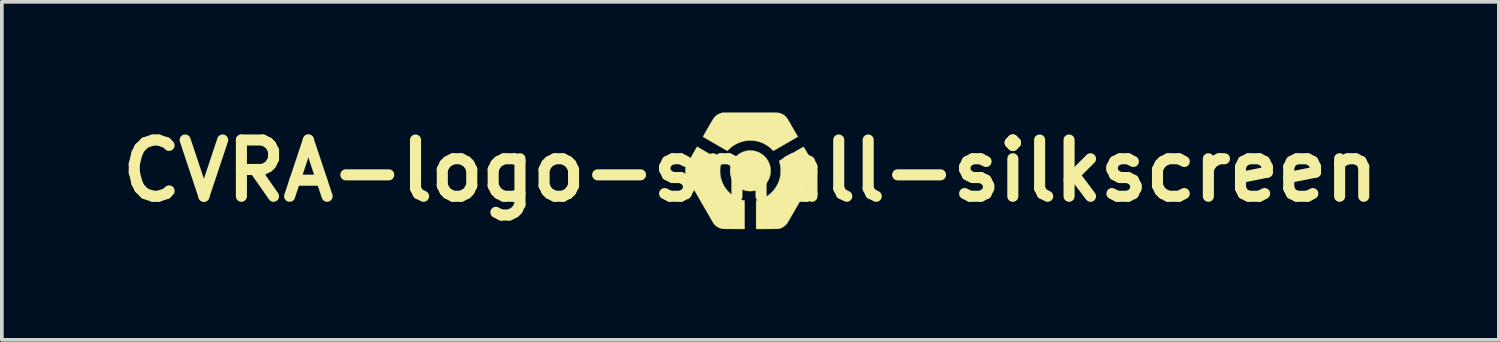
<source format=kicad_pcb>
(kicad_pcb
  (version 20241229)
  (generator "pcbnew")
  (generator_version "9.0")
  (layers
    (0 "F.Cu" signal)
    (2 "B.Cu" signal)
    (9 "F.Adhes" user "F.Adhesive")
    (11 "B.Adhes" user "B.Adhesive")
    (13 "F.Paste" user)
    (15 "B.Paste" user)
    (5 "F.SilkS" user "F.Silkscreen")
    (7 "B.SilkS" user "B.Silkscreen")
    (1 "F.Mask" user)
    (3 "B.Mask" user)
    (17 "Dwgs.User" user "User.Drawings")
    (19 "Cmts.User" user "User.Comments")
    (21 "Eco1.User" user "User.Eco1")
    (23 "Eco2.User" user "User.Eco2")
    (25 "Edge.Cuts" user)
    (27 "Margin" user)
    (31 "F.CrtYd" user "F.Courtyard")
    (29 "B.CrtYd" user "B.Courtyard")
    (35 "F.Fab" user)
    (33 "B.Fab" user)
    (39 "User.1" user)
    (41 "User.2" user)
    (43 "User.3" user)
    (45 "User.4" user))
  (footprint "CVRA-logo-small-silkscreen"
    (layer "F.Cu")
    (at 17.279 1.578)
    (property "Reference" "CVRA-logo-small-silkscreen" (at 0 0 0) (layer "F.SilkS") (effects (font (size 1.524 1.524) (thickness 0.3))))
    (attr through_hole)
    (fp_poly (pts (xy 0.065 -0.545) (xy 0.105 -0.539) (xy 0.109 -0.538) (xy 0.175 -0.52) (xy 0.238 -0.495) (xy 0.296 -0.462) (xy 0.349 -0.423) (xy 0.398 -0.379) (xy 0.44 -0.329) (xy 0.477 -0.273) (xy 0.506 -0.213) (xy 0.524 -0.165) (xy 0.534 -0.132) (xy 0.54 -0.102) (xy 0.545 -0.072) (xy 0.547 -0.04) (xy 0.548 -0.002) (xy 0.548 0.004) (xy 0.547 0.044) (xy 0.544 0.078) (xy 0.539 0.11) (xy 0.531 0.142) (xy 0.521 0.175) (xy 0.495 0.238) (xy 0.463 0.296) (xy 0.424 0.349) (xy 0.379 0.397) (xy 0.329 0.439) (xy 0.274 0.476) (xy 0.214 0.505) (xy 0.151 0.527) (xy 0.109 0.538) (xy 0.075 0.543) (xy 0.036 0.547) (xy -0.003 0.549) (xy -0.04 0.548) (xy -0.064 0.546) (xy -0.13 0.533) (xy -0.194 0.514) (xy -0.254 0.486) (xy -0.31 0.452) (xy -0.361 0.412) (xy -0.408 0.366) (xy -0.449 0.315) (xy -0.483 0.259) (xy -0.511 0.199) (xy -0.518 0.18) (xy -0.532 0.13) (xy -0.542 0.082) (xy -0.546 0.032) (xy -0.547 0) (xy -0.543 -0.065) (xy -0.533 -0.128) (xy -0.515 -0.189) (xy -0.491 -0.246) (xy -0.491 -0.246) (xy -0.471 -0.281) (xy -0.446 -0.318) (xy -0.418 -0.354) (xy -0.389 -0.386) (xy -0.387 -0.387) (xy -0.336 -0.433) (xy -0.28 -0.472) (xy -0.22 -0.503) (xy -0.156 -0.526) (xy -0.11 -0.538) (xy -0.07 -0.544) (xy -0.025 -0.547) (xy 0.021 -0.548) (xy 0.065 -0.545)) (stroke (width 0.01) (type solid)) (fill yes) (layer "F.Mask"))
    (fp_poly (pts (xy 0.096 -1.573) (xy 0.182 -1.573) (xy 0.26 -1.573) (xy 0.331 -1.573) (xy 0.394 -1.573) (xy 0.452 -1.572) (xy 0.503 -1.572) (xy 0.548 -1.572) (xy 0.588 -1.572) (xy 0.622 -1.572) (xy 0.653 -1.572) (xy 0.678 -1.571) (xy 0.7 -1.571) (xy 0.718 -1.571) (xy 0.734 -1.57) (xy 0.746 -1.57) (xy 0.756 -1.569) (xy 0.764 -1.568) (xy 0.77 -1.568) (xy 0.775 -1.567) (xy 0.78 -1.566) (xy 0.783 -1.565) (xy 0.83 -1.55) (xy 0.871 -1.531) (xy 0.907 -1.509) (xy 0.941 -1.482) (xy 0.947 -1.476) (xy 0.959 -1.465) (xy 0.969 -1.454) (xy 0.978 -1.443) (xy 0.988 -1.431) (xy 0.999 -1.417) (xy 1.01 -1.399) (xy 1.023 -1.378) (xy 1.038 -1.353) (xy 1.057 -1.322) (xy 1.078 -1.285) (xy 1.09 -1.264) (xy 1.111 -1.227) (xy 1.134 -1.187) (xy 1.158 -1.147) (xy 1.181 -1.106) (xy 1.202 -1.069) (xy 1.221 -1.037) (xy 1.226 -1.028) (xy 1.286 -0.924) (xy 0.957 -0.734) (xy 0.909 -0.706) (xy 0.862 -0.68) (xy 0.819 -0.654) (xy 0.778 -0.631) (xy 0.741 -0.61) (xy 0.708 -0.591) (xy 0.68 -0.575) (xy 0.657 -0.561) (xy 0.64 -0.552) (xy 0.629 -0.545) (xy 0.626 -0.543) (xy 0.621 -0.545) (xy 0.613 -0.552) (xy 0.602 -0.563) (xy 0.596 -0.569) (xy 0.547 -0.617) (xy 0.49 -0.662) (xy 0.429 -0.703) (xy 0.364 -0.739) (xy 0.297 -0.768) (xy 0.287 -0.772) (xy 0.209 -0.797) (xy 0.13 -0.813) (xy 0.049 -0.822) (xy -0.032 -0.822) (xy -0.113 -0.815) (xy -0.193 -0.8) (xy -0.271 -0.777) (xy -0.347 -0.746) (xy -0.358 -0.741) (xy -0.424 -0.705) (xy -0.485 -0.665) (xy -0.542 -0.619) (xy -0.584 -0.578) (xy -0.598 -0.564) (xy -0.61 -0.553) (xy -0.619 -0.545) (xy -0.622 -0.542) (xy -0.622 -0.542) (xy -0.626 -0.544) (xy -0.637 -0.55) (xy -0.654 -0.56) (xy -0.677 -0.573) (xy -0.705 -0.589) (xy -0.737 -0.608) (xy -0.774 -0.629) (xy -0.815 -0.652) (xy -0.858 -0.677) (xy -0.904 -0.704) (xy -0.95 -0.731) (xy -0.999 -0.759) (xy -1.045 -0.785) (xy -1.088 -0.811) (xy -1.129 -0.834) (xy -1.166 -0.855) (xy -1.198 -0.874) (xy -1.226 -0.891) (xy -1.249 -0.904) (xy -1.266 -0.914) (xy -1.276 -0.92) (xy -1.28 -0.922) (xy -1.278 -0.927) (xy -1.273 -0.938) (xy -1.264 -0.954) (xy -1.252 -0.976) (xy -1.238 -1.002) (xy -1.221 -1.032) (xy -1.202 -1.065) (xy -1.182 -1.1) (xy -1.161 -1.137) (xy -1.139 -1.175) (xy -1.118 -1.212) (xy -1.096 -1.249) (xy -1.075 -1.285) (xy -1.055 -1.319) (xy -1.036 -1.35) (xy -1.02 -1.378) (xy -1.005 -1.402) (xy -0.993 -1.42) (xy -0.985 -1.434) (xy -0.981 -1.439) (xy -0.944 -1.478) (xy -0.902 -1.511) (xy -0.856 -1.538) (xy -0.806 -1.558) (xy -0.787 -1.563) (xy -0.751 -1.573) (xy 0.002 -1.573) (xy 0.096 -1.573)) (stroke (width 0.01) (type solid)) (fill yes) (layer "F.Mask"))
    (fp_poly (pts (xy 1.445 -0.644) (xy 1.451 -0.634) (xy 1.461 -0.618) (xy 1.474 -0.596) (xy 1.49 -0.571) (xy 1.507 -0.541) (xy 1.526 -0.508) (xy 1.546 -0.473) (xy 1.567 -0.437) (xy 1.589 -0.4) (xy 1.61 -0.362) (xy 1.631 -0.325) (xy 1.652 -0.29) (xy 1.671 -0.256) (xy 1.688 -0.225) (xy 1.703 -0.198) (xy 1.716 -0.175) (xy 1.726 -0.157) (xy 1.732 -0.144) (xy 1.734 -0.14) (xy 1.75 -0.093) (xy 1.759 -0.042) (xy 1.761 0.01) (xy 1.756 0.062) (xy 1.745 0.112) (xy 1.734 0.14) (xy 1.73 0.147) (xy 1.723 0.161) (xy 1.712 0.181) (xy 1.697 0.207) (xy 1.679 0.239) (xy 1.659 0.275) (xy 1.635 0.316) (xy 1.609 0.362) (xy 1.582 0.41) (xy 1.552 0.462) (xy 1.521 0.516) (xy 1.489 0.572) (xy 1.455 0.631) (xy 1.421 0.69) (xy 1.387 0.75) (xy 1.352 0.81) (xy 1.318 0.87) (xy 1.283 0.929) (xy 1.25 0.987) (xy 1.217 1.044) (xy 1.186 1.098) (xy 1.156 1.15) (xy 1.128 1.198) (xy 1.101 1.243) (xy 1.077 1.285) (xy 1.056 1.321) (xy 1.037 1.353) (xy 1.022 1.379) (xy 1.01 1.399) (xy 1.001 1.413) (xy 0.997 1.42) (xy 0.971 1.452) (xy 0.939 1.483) (xy 0.903 1.511) (xy 0.867 1.533) (xy 0.838 1.547) (xy 0.826 1.552) (xy 0.816 1.556) (xy 0.807 1.559) (xy 0.797 1.562) (xy 0.788 1.565) (xy 0.776 1.567) (xy 0.763 1.569) (xy 0.748 1.57) (xy 0.729 1.571) (xy 0.706 1.572) (xy 0.679 1.572) (xy 0.647 1.573) (xy 0.608 1.573) (xy 0.563 1.573) (xy 0.511 1.574) (xy 0.46 1.574) (xy 0.157 1.575) (xy 0.157 0.81) (xy 0.201 0.799) (xy 0.28 0.775) (xy 0.355 0.743) (xy 0.427 0.705) (xy 0.494 0.659) (xy 0.556 0.608) (xy 0.613 0.55) (xy 0.664 0.487) (xy 0.709 0.419) (xy 0.748 0.347) (xy 0.772 0.29) (xy 0.792 0.231) (xy 0.807 0.173) (xy 0.816 0.114) (xy 0.822 0.051) (xy 0.823 0) (xy 0.822 -0.042) (xy 0.821 -0.079) (xy 0.817 -0.112) (xy 0.812 -0.144) (xy 0.805 -0.179) (xy 0.796 -0.215) (xy 0.791 -0.234) (xy 0.787 -0.25) (xy 0.784 -0.261) (xy 0.783 -0.266) (xy 0.787 -0.27) (xy 0.795 -0.277) (xy 0.805 -0.283) (xy 0.817 -0.29) (xy 0.835 -0.3) (xy 0.855 -0.311) (xy 0.876 -0.324) (xy 0.881 -0.326) (xy 0.903 -0.339) (xy 0.932 -0.356) (xy 0.965 -0.375) (xy 1.003 -0.397) (xy 1.043 -0.42) (xy 1.085 -0.444) (xy 1.127 -0.469) (xy 1.17 -0.493) (xy 1.211 -0.517) (xy 1.25 -0.54) (xy 1.286 -0.56) (xy 1.318 -0.578) (xy 1.344 -0.594) (xy 1.364 -0.605) (xy 1.366 -0.606) (xy 1.388 -0.619) (xy 1.408 -0.63) (xy 1.425 -0.639) (xy 1.436 -0.645) (xy 1.442 -0.648) (xy 1.442 -0.648) (xy 1.445 -0.644)) (stroke (width 0.01) (type solid)) (fill yes) (layer "F.Mask"))
    (fp_poly (pts (xy -1.438 -0.649) (xy -1.428 -0.643) (xy -1.412 -0.634) (xy -1.39 -0.621) (xy -1.364 -0.606) (xy -1.334 -0.589) (xy -1.301 -0.57) (xy -1.265 -0.549) (xy -1.253 -0.542) (xy -1.21 -0.517) (xy -1.164 -0.491) (xy -1.116 -0.463) (xy -1.069 -0.436) (xy -1.023 -0.41) (xy -0.98 -0.385) (xy -0.943 -0.363) (xy -0.923 -0.352) (xy -0.891 -0.334) (xy -0.862 -0.317) (xy -0.836 -0.302) (xy -0.814 -0.289) (xy -0.797 -0.279) (xy -0.785 -0.272) (xy -0.78 -0.269) (xy -0.78 -0.269) (xy -0.78 -0.265) (xy -0.783 -0.254) (xy -0.787 -0.239) (xy -0.791 -0.224) (xy -0.801 -0.189) (xy -0.808 -0.156) (xy -0.813 -0.123) (xy -0.817 -0.087) (xy -0.819 -0.047) (xy -0.82 -0.023) (xy -0.82 0.037) (xy -0.817 0.091) (xy -0.81 0.142) (xy -0.8 0.193) (xy -0.785 0.247) (xy -0.783 0.252) (xy -0.754 0.328) (xy -0.719 0.4) (xy -0.676 0.468) (xy -0.627 0.531) (xy -0.573 0.59) (xy -0.513 0.643) (xy -0.448 0.69) (xy -0.38 0.731) (xy -0.307 0.764) (xy -0.232 0.791) (xy -0.187 0.802) (xy -0.157 0.809) (xy -0.157 1.575) (xy -0.448 1.574) (xy -0.508 1.574) (xy -0.559 1.574) (xy -0.604 1.574) (xy -0.642 1.574) (xy -0.674 1.573) (xy -0.7 1.573) (xy -0.721 1.572) (xy -0.738 1.571) (xy -0.75 1.57) (xy -0.76 1.569) (xy -0.766 1.568) (xy -0.822 1.552) (xy -0.873 1.529) (xy -0.919 1.5) (xy -0.96 1.463) (xy -0.995 1.421) (xy -1 1.413) (xy -1.005 1.406) (xy -1.013 1.392) (xy -1.025 1.371) (xy -1.041 1.345) (xy -1.06 1.313) (xy -1.081 1.276) (xy -1.105 1.235) (xy -1.131 1.189) (xy -1.159 1.141) (xy -1.189 1.089) (xy -1.221 1.035) (xy -1.253 0.979) (xy -1.287 0.921) (xy -1.321 0.862) (xy -1.355 0.802) (xy -1.389 0.742) (xy -1.424 0.683) (xy -1.457 0.624) (xy -1.49 0.567) (xy -1.522 0.511) (xy -1.553 0.457) (xy -1.582 0.407) (xy -1.609 0.359) (xy -1.635 0.315) (xy -1.657 0.275) (xy -1.677 0.24) (xy -1.694 0.21) (xy -1.708 0.185) (xy -1.719 0.167) (xy -1.725 0.155) (xy -1.727 0.15) (xy -1.741 0.119) (xy -1.75 0.09) (xy -1.755 0.06) (xy -1.758 0.027) (xy -1.759 -0.004) (xy -1.758 -0.03) (xy -1.757 -0.049) (xy -1.755 -0.066) (xy -1.752 -0.081) (xy -1.747 -0.098) (xy -1.747 -0.099) (xy -1.74 -0.119) (xy -1.732 -0.14) (xy -1.724 -0.158) (xy -1.723 -0.162) (xy -1.719 -0.168) (xy -1.712 -0.181) (xy -1.702 -0.199) (xy -1.688 -0.222) (xy -1.673 -0.25) (xy -1.655 -0.28) (xy -1.636 -0.314) (xy -1.616 -0.349) (xy -1.595 -0.385) (xy -1.574 -0.422) (xy -1.553 -0.459) (xy -1.533 -0.494) (xy -1.513 -0.528) (xy -1.495 -0.559) (xy -1.479 -0.587) (xy -1.466 -0.61) (xy -1.455 -0.629) (xy -1.447 -0.643) (xy -1.443 -0.65) (xy -1.442 -0.65) (xy -1.438 -0.649)) (stroke (width 0.01) (type solid)) (fill yes) (layer "F.Mask"))
    (fp_poly (pts (xy 0.065 -0.545) (xy 0.105 -0.539) (xy 0.109 -0.538) (xy 0.175 -0.52) (xy 0.238 -0.495) (xy 0.296 -0.462) (xy 0.349 -0.423) (xy 0.398 -0.379) (xy 0.44 -0.329) (xy 0.477 -0.273) (xy 0.506 -0.213) (xy 0.524 -0.165) (xy 0.534 -0.132) (xy 0.54 -0.102) (xy 0.545 -0.072) (xy 0.547 -0.04) (xy 0.548 -0.002) (xy 0.548 0.004) (xy 0.547 0.044) (xy 0.544 0.078) (xy 0.539 0.11) (xy 0.531 0.142) (xy 0.521 0.175) (xy 0.495 0.238) (xy 0.463 0.296) (xy 0.424 0.349) (xy 0.379 0.397) (xy 0.329 0.439) (xy 0.274 0.476) (xy 0.214 0.505) (xy 0.151 0.527) (xy 0.109 0.538) (xy 0.075 0.543) (xy 0.036 0.547) (xy -0.003 0.549) (xy -0.04 0.548) (xy -0.064 0.546) (xy -0.13 0.533) (xy -0.194 0.514) (xy -0.254 0.486) (xy -0.31 0.452) (xy -0.361 0.412) (xy -0.408 0.366) (xy -0.449 0.315) (xy -0.483 0.259) (xy -0.511 0.199) (xy -0.518 0.18) (xy -0.532 0.13) (xy -0.542 0.082) (xy -0.546 0.032) (xy -0.547 0) (xy -0.543 -0.065) (xy -0.533 -0.128) (xy -0.515 -0.189) (xy -0.491 -0.246) (xy -0.491 -0.246) (xy -0.471 -0.281) (xy -0.446 -0.318) (xy -0.418 -0.354) (xy -0.389 -0.386) (xy -0.387 -0.387) (xy -0.336 -0.433) (xy -0.28 -0.472) (xy -0.22 -0.503) (xy -0.156 -0.526) (xy -0.11 -0.538) (xy -0.07 -0.544) (xy -0.025 -0.547) (xy 0.021 -0.548) (xy 0.065 -0.545)) (stroke (width 0.01) (type solid)) (fill yes) (layer "F.SilkS"))
    (fp_poly (pts (xy 0.096 -1.573) (xy 0.182 -1.573) (xy 0.26 -1.573) (xy 0.331 -1.573) (xy 0.394 -1.573) (xy 0.452 -1.572) (xy 0.503 -1.572) (xy 0.548 -1.572) (xy 0.588 -1.572) (xy 0.622 -1.572) (xy 0.653 -1.572) (xy 0.678 -1.571) (xy 0.7 -1.571) (xy 0.718 -1.571) (xy 0.734 -1.57) (xy 0.746 -1.57) (xy 0.756 -1.569) (xy 0.764 -1.568) (xy 0.77 -1.568) (xy 0.775 -1.567) (xy 0.78 -1.566) (xy 0.783 -1.565) (xy 0.83 -1.55) (xy 0.871 -1.531) (xy 0.907 -1.509) (xy 0.941 -1.482) (xy 0.947 -1.476) (xy 0.959 -1.465) (xy 0.969 -1.454) (xy 0.978 -1.443) (xy 0.988 -1.431) (xy 0.999 -1.417) (xy 1.01 -1.399) (xy 1.023 -1.378) (xy 1.038 -1.353) (xy 1.057 -1.322) (xy 1.078 -1.285) (xy 1.09 -1.264) (xy 1.111 -1.227) (xy 1.134 -1.187) (xy 1.158 -1.147) (xy 1.181 -1.106) (xy 1.202 -1.069) (xy 1.221 -1.037) (xy 1.226 -1.028) (xy 1.286 -0.924) (xy 0.957 -0.734) (xy 0.909 -0.706) (xy 0.862 -0.68) (xy 0.819 -0.654) (xy 0.778 -0.631) (xy 0.741 -0.61) (xy 0.708 -0.591) (xy 0.68 -0.575) (xy 0.657 -0.561) (xy 0.64 -0.552) (xy 0.629 -0.545) (xy 0.626 -0.543) (xy 0.621 -0.545) (xy 0.613 -0.552) (xy 0.602 -0.563) (xy 0.596 -0.569) (xy 0.547 -0.617) (xy 0.49 -0.662) (xy 0.429 -0.703) (xy 0.364 -0.739) (xy 0.297 -0.768) (xy 0.287 -0.772) (xy 0.209 -0.797) (xy 0.13 -0.813) (xy 0.049 -0.822) (xy -0.032 -0.822) (xy -0.113 -0.815) (xy -0.193 -0.8) (xy -0.271 -0.777) (xy -0.347 -0.746) (xy -0.358 -0.741) (xy -0.424 -0.705) (xy -0.485 -0.665) (xy -0.542 -0.619) (xy -0.584 -0.578) (xy -0.598 -0.564) (xy -0.61 -0.553) (xy -0.619 -0.545) (xy -0.622 -0.542) (xy -0.622 -0.542) (xy -0.626 -0.544) (xy -0.637 -0.55) (xy -0.654 -0.56) (xy -0.677 -0.573) (xy -0.705 -0.589) (xy -0.737 -0.608) (xy -0.774 -0.629) (xy -0.815 -0.652) (xy -0.858 -0.677) (xy -0.904 -0.704) (xy -0.95 -0.731) (xy -0.999 -0.759) (xy -1.045 -0.785) (xy -1.088 -0.811) (xy -1.129 -0.834) (xy -1.166 -0.855) (xy -1.198 -0.874) (xy -1.226 -0.891) (xy -1.249 -0.904) (xy -1.266 -0.914) (xy -1.276 -0.92) (xy -1.28 -0.922) (xy -1.278 -0.927) (xy -1.273 -0.938) (xy -1.264 -0.954) (xy -1.252 -0.976) (xy -1.238 -1.002) (xy -1.221 -1.032) (xy -1.202 -1.065) (xy -1.182 -1.1) (xy -1.161 -1.137) (xy -1.139 -1.175) (xy -1.118 -1.212) (xy -1.096 -1.249) (xy -1.075 -1.285) (xy -1.055 -1.319) (xy -1.036 -1.35) (xy -1.02 -1.378) (xy -1.005 -1.402) (xy -0.993 -1.42) (xy -0.985 -1.434) (xy -0.981 -1.439) (xy -0.944 -1.478) (xy -0.902 -1.511) (xy -0.856 -1.538) (xy -0.806 -1.558) (xy -0.787 -1.563) (xy -0.751 -1.573) (xy 0.002 -1.573) (xy 0.096 -1.573)) (stroke (width 0.01) (type solid)) (fill yes) (layer "F.SilkS"))
    (fp_poly (pts (xy 1.445 -0.644) (xy 1.451 -0.634) (xy 1.461 -0.618) (xy 1.474 -0.596) (xy 1.49 -0.571) (xy 1.507 -0.541) (xy 1.526 -0.508) (xy 1.546 -0.473) (xy 1.567 -0.437) (xy 1.589 -0.4) (xy 1.61 -0.362) (xy 1.631 -0.325) (xy 1.652 -0.29) (xy 1.671 -0.256) (xy 1.688 -0.225) (xy 1.703 -0.198) (xy 1.716 -0.175) (xy 1.726 -0.157) (xy 1.732 -0.144) (xy 1.734 -0.14) (xy 1.75 -0.093) (xy 1.759 -0.042) (xy 1.761 0.01) (xy 1.756 0.062) (xy 1.745 0.112) (xy 1.734 0.14) (xy 1.73 0.147) (xy 1.723 0.161) (xy 1.712 0.181) (xy 1.697 0.207) (xy 1.679 0.239) (xy 1.659 0.275) (xy 1.635 0.316) (xy 1.609 0.362) (xy 1.582 0.41) (xy 1.552 0.462) (xy 1.521 0.516) (xy 1.489 0.572) (xy 1.455 0.631) (xy 1.421 0.69) (xy 1.387 0.75) (xy 1.352 0.81) (xy 1.318 0.87) (xy 1.283 0.929) (xy 1.25 0.987) (xy 1.217 1.044) (xy 1.186 1.098) (xy 1.156 1.15) (xy 1.128 1.198) (xy 1.101 1.243) (xy 1.077 1.285) (xy 1.056 1.321) (xy 1.037 1.353) (xy 1.022 1.379) (xy 1.01 1.399) (xy 1.001 1.413) (xy 0.997 1.42) (xy 0.971 1.452) (xy 0.939 1.483) (xy 0.903 1.511) (xy 0.867 1.533) (xy 0.838 1.547) (xy 0.826 1.552) (xy 0.816 1.556) (xy 0.807 1.559) (xy 0.797 1.562) (xy 0.788 1.565) (xy 0.776 1.567) (xy 0.763 1.569) (xy 0.748 1.57) (xy 0.729 1.571) (xy 0.706 1.572) (xy 0.679 1.572) (xy 0.647 1.573) (xy 0.608 1.573) (xy 0.563 1.573) (xy 0.511 1.574) (xy 0.46 1.574) (xy 0.157 1.575) (xy 0.157 0.81) (xy 0.201 0.799) (xy 0.28 0.775) (xy 0.355 0.743) (xy 0.427 0.705) (xy 0.494 0.659) (xy 0.556 0.608) (xy 0.613 0.55) (xy 0.664 0.487) (xy 0.709 0.419) (xy 0.748 0.347) (xy 0.772 0.29) (xy 0.792 0.231) (xy 0.807 0.173) (xy 0.816 0.114) (xy 0.822 0.051) (xy 0.823 0) (xy 0.822 -0.042) (xy 0.821 -0.079) (xy 0.817 -0.112) (xy 0.812 -0.144) (xy 0.805 -0.179) (xy 0.796 -0.215) (xy 0.791 -0.234) (xy 0.787 -0.25) (xy 0.784 -0.261) (xy 0.783 -0.266) (xy 0.787 -0.27) (xy 0.795 -0.277) (xy 0.805 -0.283) (xy 0.817 -0.29) (xy 0.835 -0.3) (xy 0.855 -0.311) (xy 0.876 -0.324) (xy 0.881 -0.326) (xy 0.903 -0.339) (xy 0.932 -0.356) (xy 0.965 -0.375) (xy 1.003 -0.397) (xy 1.043 -0.42) (xy 1.085 -0.444) (xy 1.127 -0.469) (xy 1.17 -0.493) (xy 1.211 -0.517) (xy 1.25 -0.54) (xy 1.286 -0.56) (xy 1.318 -0.578) (xy 1.344 -0.594) (xy 1.364 -0.605) (xy 1.366 -0.606) (xy 1.388 -0.619) (xy 1.408 -0.63) (xy 1.425 -0.639) (xy 1.436 -0.645) (xy 1.442 -0.648) (xy 1.442 -0.648) (xy 1.445 -0.644)) (stroke (width 0.01) (type solid)) (fill yes) (layer "F.SilkS"))
    (fp_poly (pts (xy -1.438 -0.649) (xy -1.428 -0.643) (xy -1.412 -0.634) (xy -1.39 -0.621) (xy -1.364 -0.606) (xy -1.334 -0.589) (xy -1.301 -0.57) (xy -1.265 -0.549) (xy -1.253 -0.542) (xy -1.21 -0.517) (xy -1.164 -0.491) (xy -1.116 -0.463) (xy -1.069 -0.436) (xy -1.023 -0.41) (xy -0.98 -0.385) (xy -0.943 -0.363) (xy -0.923 -0.352) (xy -0.891 -0.334) (xy -0.862 -0.317) (xy -0.836 -0.302) (xy -0.814 -0.289) (xy -0.797 -0.279) (xy -0.785 -0.272) (xy -0.78 -0.269) (xy -0.78 -0.269) (xy -0.78 -0.265) (xy -0.783 -0.254) (xy -0.787 -0.239) (xy -0.791 -0.224) (xy -0.801 -0.189) (xy -0.808 -0.156) (xy -0.813 -0.123) (xy -0.817 -0.087) (xy -0.819 -0.047) (xy -0.82 -0.023) (xy -0.82 0.037) (xy -0.817 0.091) (xy -0.81 0.142) (xy -0.8 0.193) (xy -0.785 0.247) (xy -0.783 0.252) (xy -0.754 0.328) (xy -0.719 0.4) (xy -0.676 0.468) (xy -0.627 0.531) (xy -0.573 0.59) (xy -0.513 0.643) (xy -0.448 0.69) (xy -0.38 0.731) (xy -0.307 0.764) (xy -0.232 0.791) (xy -0.187 0.802) (xy -0.157 0.809) (xy -0.157 1.575) (xy -0.448 1.574) (xy -0.508 1.574) (xy -0.559 1.574) (xy -0.604 1.574) (xy -0.642 1.574) (xy -0.674 1.573) (xy -0.7 1.573) (xy -0.721 1.572) (xy -0.738 1.571) (xy -0.75 1.57) (xy -0.76 1.569) (xy -0.766 1.568) (xy -0.822 1.552) (xy -0.873 1.529) (xy -0.919 1.5) (xy -0.96 1.463) (xy -0.995 1.421) (xy -1 1.413) (xy -1.005 1.406) (xy -1.013 1.392) (xy -1.025 1.371) (xy -1.041 1.345) (xy -1.06 1.313) (xy -1.081 1.276) (xy -1.105 1.235) (xy -1.131 1.189) (xy -1.159 1.141) (xy -1.189 1.089) (xy -1.221 1.035) (xy -1.253 0.979) (xy -1.287 0.921) (xy -1.321 0.862) (xy -1.355 0.802) (xy -1.389 0.742) (xy -1.424 0.683) (xy -1.457 0.624) (xy -1.49 0.567) (xy -1.522 0.511) (xy -1.553 0.457) (xy -1.582 0.407) (xy -1.609 0.359) (xy -1.635 0.315) (xy -1.657 0.275) (xy -1.677 0.24) (xy -1.694 0.21) (xy -1.708 0.185) (xy -1.719 0.167) (xy -1.725 0.155) (xy -1.727 0.15) (xy -1.741 0.119) (xy -1.75 0.09) (xy -1.755 0.06) (xy -1.758 0.027) (xy -1.759 -0.004) (xy -1.758 -0.03) (xy -1.757 -0.049) (xy -1.755 -0.066) (xy -1.752 -0.081) (xy -1.747 -0.098) (xy -1.747 -0.099) (xy -1.74 -0.119) (xy -1.732 -0.14) (xy -1.724 -0.158) (xy -1.723 -0.162) (xy -1.719 -0.168) (xy -1.712 -0.181) (xy -1.702 -0.199) (xy -1.688 -0.222) (xy -1.673 -0.25) (xy -1.655 -0.28) (xy -1.636 -0.314) (xy -1.616 -0.349) (xy -1.595 -0.385) (xy -1.574 -0.422) (xy -1.553 -0.459) (xy -1.533 -0.494) (xy -1.513 -0.528) (xy -1.495 -0.559) (xy -1.479 -0.587) (xy -1.466 -0.61) (xy -1.455 -0.629) (xy -1.447 -0.643) (xy -1.443 -0.65) (xy -1.442 -0.65) (xy -1.438 -0.649)) (stroke (width 0.01) (type solid)) (fill yes) (layer "F.SilkS")))
  (gr_rect
    (start -3 -3)
    (end 37.559 6.158)
    (stroke (width 0.1) (type default))
    (fill no)
    (layer "Edge.Cuts")))
</source>
